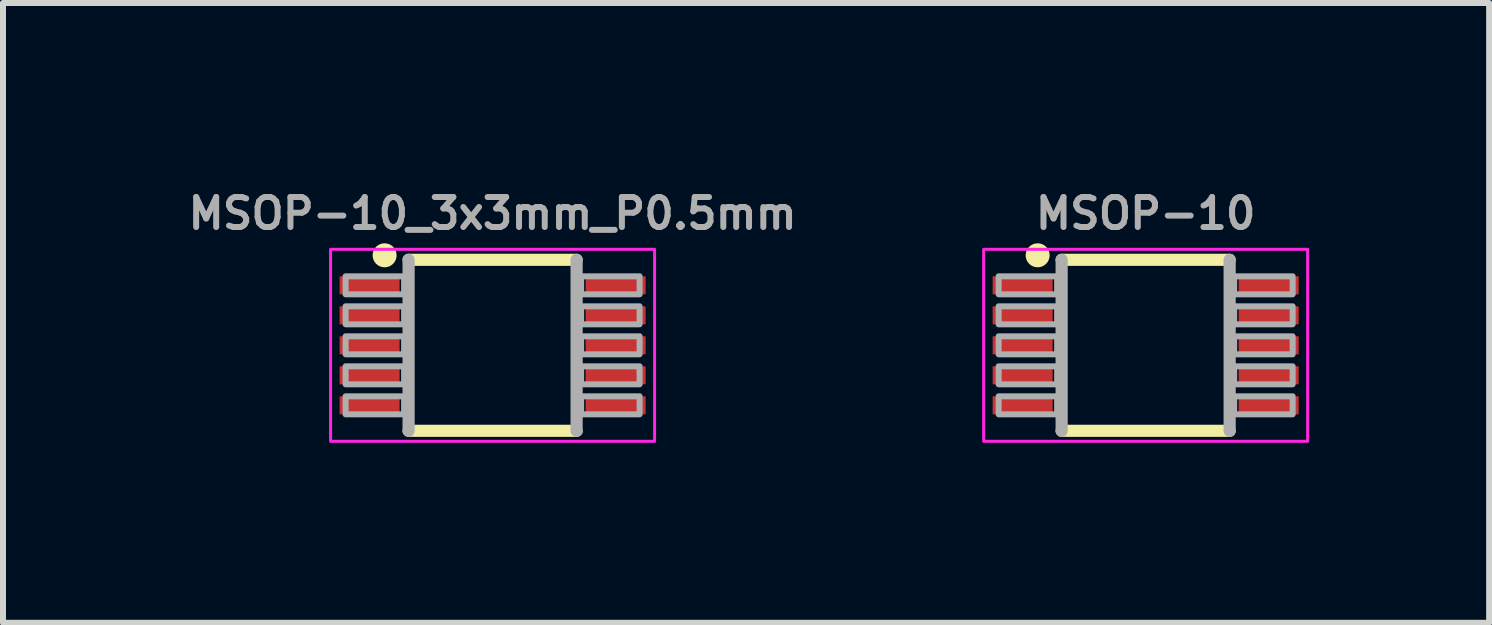
<source format=kicad_pcb>
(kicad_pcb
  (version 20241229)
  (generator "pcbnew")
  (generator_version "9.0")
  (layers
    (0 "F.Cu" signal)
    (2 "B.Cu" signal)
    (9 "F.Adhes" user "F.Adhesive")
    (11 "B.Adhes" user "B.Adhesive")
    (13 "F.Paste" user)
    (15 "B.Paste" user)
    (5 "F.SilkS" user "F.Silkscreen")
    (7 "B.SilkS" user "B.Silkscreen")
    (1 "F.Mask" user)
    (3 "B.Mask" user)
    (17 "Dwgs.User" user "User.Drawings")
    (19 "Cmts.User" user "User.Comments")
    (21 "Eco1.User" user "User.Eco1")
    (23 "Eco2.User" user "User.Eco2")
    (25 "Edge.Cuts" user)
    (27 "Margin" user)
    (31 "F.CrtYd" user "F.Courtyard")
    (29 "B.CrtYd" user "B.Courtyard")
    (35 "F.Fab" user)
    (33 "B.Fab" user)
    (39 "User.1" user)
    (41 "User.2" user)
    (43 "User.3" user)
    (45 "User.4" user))
  (footprint "MSOP-10"
    (layer "F.Cu")
    (at 16.044 2.705)
    (property "Reference" "MSOP-10" (at 0 -1.905 0) (layer "F.Fab") (effects (font (size 0.5 0.5) (thickness 0.1) (bold yes)) (justify bottom)))
    (fp_poly (pts (xy -2.6 -1.2) (xy -2.6 -0.8) (xy -1.5 -0.8) (xy -1.5 -1.2)) (stroke (width 0) (type default)) (fill yes) (layer "F.Mask"))
    (fp_poly (pts (xy -2.6 -0.7) (xy -2.6 -0.3) (xy -1.5 -0.3) (xy -1.5 -0.7)) (stroke (width 0) (type default)) (fill yes) (layer "F.Mask"))
    (fp_poly (pts (xy -2.6 -0.2) (xy -2.6 0.2) (xy -1.5 0.2) (xy -1.5 -0.2)) (stroke (width 0) (type default)) (fill yes) (layer "F.Mask"))
    (fp_poly (pts (xy -2.6 0.3) (xy -2.6 0.7) (xy -1.5 0.7) (xy -1.5 0.3)) (stroke (width 0) (type default)) (fill yes) (layer "F.Mask"))
    (fp_poly (pts (xy -2.6 0.8) (xy -2.6 1.2) (xy -1.5 1.2) (xy -1.5 0.8)) (stroke (width 0) (type default)) (fill yes) (layer "F.Mask"))
    (fp_poly (pts (xy 2.6 -0.8) (xy 2.6 -1.2) (xy 1.5 -1.2) (xy 1.5 -0.8)) (stroke (width 0) (type default)) (fill yes) (layer "F.Mask"))
    (fp_poly (pts (xy 2.6 -0.3) (xy 2.6 -0.7) (xy 1.5 -0.7) (xy 1.5 -0.3)) (stroke (width 0) (type default)) (fill yes) (layer "F.Mask"))
    (fp_poly (pts (xy 2.6 0.2) (xy 2.6 -0.2) (xy 1.5 -0.2) (xy 1.5 0.2)) (stroke (width 0) (type default)) (fill yes) (layer "F.Mask"))
    (fp_poly (pts (xy 2.6 0.7) (xy 2.6 0.3) (xy 1.5 0.3) (xy 1.5 0.7)) (stroke (width 0) (type default)) (fill yes) (layer "F.Mask"))
    (fp_poly (pts (xy 2.6 1.2) (xy 2.6 0.8) (xy 1.5 0.8) (xy 1.5 1.2)) (stroke (width 0) (type default)) (fill yes) (layer "F.Mask"))
    (fp_line (start -1.4 1.425) (end 1.4 1.425) (stroke (width 0.203) (type solid)) (layer "F.SilkS"))
    (fp_line (start 1.4 -1.425) (end -1.4 -1.425) (stroke (width 0.203) (type solid)) (layer "F.SilkS"))
    (fp_circle (center -1.8 -1.5) (end -1.8 -1.4) (stroke (width 0.2) (type solid)) (fill yes) (layer "F.SilkS"))
    (fp_poly (pts (xy -2.5 -1.125) (xy -2.5 -0.875) (xy -1.625 -0.875) (xy -1.625 -1.125)) (stroke (width 0) (type default)) (fill yes) (layer "F.Paste"))
    (fp_poly (pts (xy -2.5 -0.625) (xy -2.5 -0.375) (xy -1.625 -0.375) (xy -1.625 -0.625)) (stroke (width 0) (type default)) (fill yes) (layer "F.Paste"))
    (fp_poly (pts (xy -2.5 -0.125) (xy -2.5 0.125) (xy -1.625 0.125) (xy -1.625 -0.125)) (stroke (width 0) (type default)) (fill yes) (layer "F.Paste"))
    (fp_poly (pts (xy -2.5 0.375) (xy -2.5 0.625) (xy -1.625 0.625) (xy -1.625 0.375)) (stroke (width 0) (type default)) (fill yes) (layer "F.Paste"))
    (fp_poly (pts (xy -2.5 0.875) (xy -2.5 1.125) (xy -1.625 1.125) (xy -1.625 0.875)) (stroke (width 0) (type default)) (fill yes) (layer "F.Paste"))
    (fp_poly (pts (xy 2.5 -0.875) (xy 2.5 -1.125) (xy 1.625 -1.125) (xy 1.625 -0.875)) (stroke (width 0) (type default)) (fill yes) (layer "F.Paste"))
    (fp_poly (pts (xy 2.5 -0.375) (xy 2.5 -0.625) (xy 1.625 -0.625) (xy 1.625 -0.375)) (stroke (width 0) (type default)) (fill yes) (layer "F.Paste"))
    (fp_poly (pts (xy 2.5 0.125) (xy 2.5 -0.125) (xy 1.625 -0.125) (xy 1.625 0.125)) (stroke (width 0) (type default)) (fill yes) (layer "F.Paste"))
    (fp_poly (pts (xy 2.5 0.625) (xy 2.5 0.375) (xy 1.625 0.375) (xy 1.625 0.625)) (stroke (width 0) (type default)) (fill yes) (layer "F.Paste"))
    (fp_poly (pts (xy 2.5 1.125) (xy 2.5 0.875) (xy 1.625 0.875) (xy 1.625 1.125)) (stroke (width 0) (type default)) (fill yes) (layer "F.Paste"))
    (fp_rect (start -2.7 -1.6) (end 2.7 1.6) (stroke (width 0.05) (type default)) (fill no) (layer "F.CrtYd"))
    (fp_line (start -1.4 -1.425) (end -1.4 1.425) (stroke (width 0.203) (type solid)) (layer "F.Fab"))
    (fp_line (start 1.4 1.425) (end 1.4 -1.425) (stroke (width 0.203) (type solid)) (layer "F.Fab"))
    (fp_poly (pts (xy -2.45 -1.15) (xy -2.45 -0.85) (xy -1.475 -0.85) (xy -1.475 -1.15)) (stroke (width 0.1) (type default)) (fill no) (layer "F.Fab"))
    (fp_poly (pts (xy -2.45 -0.65) (xy -2.45 -0.35) (xy -1.475 -0.35) (xy -1.475 -0.65)) (stroke (width 0.1) (type default)) (fill no) (layer "F.Fab"))
    (fp_poly (pts (xy -2.45 -0.15) (xy -2.45 0.15) (xy -1.475 0.15) (xy -1.475 -0.15)) (stroke (width 0.1) (type default)) (fill no) (layer "F.Fab"))
    (fp_poly (pts (xy -2.45 0.35) (xy -2.45 0.65) (xy -1.475 0.65) (xy -1.475 0.35)) (stroke (width 0.1) (type default)) (fill no) (layer "F.Fab"))
    (fp_poly (pts (xy -2.45 0.85) (xy -2.45 1.15) (xy -1.475 1.15) (xy -1.475 0.85)) (stroke (width 0.1) (type default)) (fill no) (layer "F.Fab"))
    (fp_poly (pts (xy 2.45 -0.85) (xy 2.45 -1.15) (xy 1.475 -1.15) (xy 1.475 -0.85)) (stroke (width 0.1) (type default)) (fill no) (layer "F.Fab"))
    (fp_poly (pts (xy 2.45 -0.35) (xy 2.45 -0.65) (xy 1.475 -0.65) (xy 1.475 -0.35)) (stroke (width 0.1) (type default)) (fill no) (layer "F.Fab"))
    (fp_poly (pts (xy 2.45 0.15) (xy 2.45 -0.15) (xy 1.475 -0.15) (xy 1.475 0.15)) (stroke (width 0.1) (type default)) (fill no) (layer "F.Fab"))
    (fp_poly (pts (xy 2.45 0.65) (xy 2.45 0.35) (xy 1.475 0.35) (xy 1.475 0.65)) (stroke (width 0.1) (type default)) (fill no) (layer "F.Fab"))
    (fp_poly (pts (xy 2.45 1.15) (xy 2.45 0.85) (xy 1.475 0.85) (xy 1.475 1.15)) (stroke (width 0.1) (type default)) (fill no) (layer "F.Fab"))
    (pad "1" smd rect (at -2.05 -1 270) (size 0.3 1) (layers "F.Cu"))
    (pad "2" smd rect (at -2.05 -0.5 270) (size 0.3 1) (layers "F.Cu"))
    (pad "3" smd rect (at -2.05 0 270) (size 0.3 1) (layers "F.Cu"))
    (pad "4" smd rect (at -2.05 0.5 270) (size 0.3 1) (layers "F.Cu"))
    (pad "5" smd rect (at -2.05 1 270) (size 0.3 1) (layers "F.Cu"))
    (pad "6" smd rect (at 2.05 1 90) (size 0.3 1) (layers "F.Cu"))
    (pad "7" smd rect (at 2.05 0.5 90) (size 0.3 1) (layers "F.Cu"))
    (pad "8" smd rect (at 2.05 0 90) (size 0.3 1) (layers "F.Cu"))
    (pad "9" smd rect (at 2.05 -0.5 90) (size 0.3 1) (layers "F.Cu"))
    (pad "10" smd rect (at 2.05 -1 90) (size 0.3 1) (layers "F.Cu")))
  (footprint "MSOP-10_3x3mm_P0.5mm"
    (layer "F.Cu")
    (at 5.16 2.705)
    (property "Reference" "MSOP-10_3x3mm_P0.5mm" (at 0 -1.905 0) (layer "F.Fab") (effects (font (size 0.5 0.5) (thickness 0.1) (bold yes)) (justify bottom)))
    (attr smd)
    (fp_poly (pts (xy -2.6 -1.2) (xy -2.6 -0.8) (xy -1.5 -0.8) (xy -1.5 -1.2)) (stroke (width 0) (type default)) (fill yes) (layer "F.Mask"))
    (fp_poly (pts (xy -2.6 -0.7) (xy -2.6 -0.3) (xy -1.5 -0.3) (xy -1.5 -0.7)) (stroke (width 0) (type default)) (fill yes) (layer "F.Mask"))
    (fp_poly (pts (xy -2.6 -0.2) (xy -2.6 0.2) (xy -1.5 0.2) (xy -1.5 -0.2)) (stroke (width 0) (type default)) (fill yes) (layer "F.Mask"))
    (fp_poly (pts (xy -2.6 0.3) (xy -2.6 0.7) (xy -1.5 0.7) (xy -1.5 0.3)) (stroke (width 0) (type default)) (fill yes) (layer "F.Mask"))
    (fp_poly (pts (xy -2.6 0.8) (xy -2.6 1.2) (xy -1.5 1.2) (xy -1.5 0.8)) (stroke (width 0) (type default)) (fill yes) (layer "F.Mask"))
    (fp_poly (pts (xy 2.6 -0.8) (xy 2.6 -1.2) (xy 1.5 -1.2) (xy 1.5 -0.8)) (stroke (width 0) (type default)) (fill yes) (layer "F.Mask"))
    (fp_poly (pts (xy 2.6 -0.3) (xy 2.6 -0.7) (xy 1.5 -0.7) (xy 1.5 -0.3)) (stroke (width 0) (type default)) (fill yes) (layer "F.Mask"))
    (fp_poly (pts (xy 2.6 0.2) (xy 2.6 -0.2) (xy 1.5 -0.2) (xy 1.5 0.2)) (stroke (width 0) (type default)) (fill yes) (layer "F.Mask"))
    (fp_poly (pts (xy 2.6 0.7) (xy 2.6 0.3) (xy 1.5 0.3) (xy 1.5 0.7)) (stroke (width 0) (type default)) (fill yes) (layer "F.Mask"))
    (fp_poly (pts (xy 2.6 1.2) (xy 2.6 0.8) (xy 1.5 0.8) (xy 1.5 1.2)) (stroke (width 0) (type default)) (fill yes) (layer "F.Mask"))
    (fp_line (start -1.4 1.425) (end 1.4 1.425) (stroke (width 0.203) (type solid)) (layer "F.SilkS"))
    (fp_line (start 1.4 -1.425) (end -1.4 -1.425) (stroke (width 0.203) (type solid)) (layer "F.SilkS"))
    (fp_circle (center -1.8 -1.5) (end -1.8 -1.4) (stroke (width 0.2) (type solid)) (fill yes) (layer "F.SilkS"))
    (fp_poly (pts (xy -2.5 -1.125) (xy -2.5 -0.875) (xy -1.625 -0.875) (xy -1.625 -1.125)) (stroke (width 0) (type default)) (fill yes) (layer "F.Paste"))
    (fp_poly (pts (xy -2.5 -0.625) (xy -2.5 -0.375) (xy -1.625 -0.375) (xy -1.625 -0.625)) (stroke (width 0) (type default)) (fill yes) (layer "F.Paste"))
    (fp_poly (pts (xy -2.5 -0.125) (xy -2.5 0.125) (xy -1.625 0.125) (xy -1.625 -0.125)) (stroke (width 0) (type default)) (fill yes) (layer "F.Paste"))
    (fp_poly (pts (xy -2.5 0.375) (xy -2.5 0.625) (xy -1.625 0.625) (xy -1.625 0.375)) (stroke (width 0) (type default)) (fill yes) (layer "F.Paste"))
    (fp_poly (pts (xy -2.5 0.875) (xy -2.5 1.125) (xy -1.625 1.125) (xy -1.625 0.875)) (stroke (width 0) (type default)) (fill yes) (layer "F.Paste"))
    (fp_poly (pts (xy 2.5 -0.875) (xy 2.5 -1.125) (xy 1.625 -1.125) (xy 1.625 -0.875)) (stroke (width 0) (type default)) (fill yes) (layer "F.Paste"))
    (fp_poly (pts (xy 2.5 -0.375) (xy 2.5 -0.625) (xy 1.625 -0.625) (xy 1.625 -0.375)) (stroke (width 0) (type default)) (fill yes) (layer "F.Paste"))
    (fp_poly (pts (xy 2.5 0.125) (xy 2.5 -0.125) (xy 1.625 -0.125) (xy 1.625 0.125)) (stroke (width 0) (type default)) (fill yes) (layer "F.Paste"))
    (fp_poly (pts (xy 2.5 0.625) (xy 2.5 0.375) (xy 1.625 0.375) (xy 1.625 0.625)) (stroke (width 0) (type default)) (fill yes) (layer "F.Paste"))
    (fp_poly (pts (xy 2.5 1.125) (xy 2.5 0.875) (xy 1.625 0.875) (xy 1.625 1.125)) (stroke (width 0) (type default)) (fill yes) (layer "F.Paste"))
    (fp_rect (start -2.7 -1.6) (end 2.7 1.6) (stroke (width 0.05) (type default)) (fill no) (layer "F.CrtYd"))
    (fp_line (start -1.4 -1.425) (end -1.4 1.425) (stroke (width 0.203) (type solid)) (layer "F.Fab"))
    (fp_line (start 1.4 1.425) (end 1.4 -1.425) (stroke (width 0.203) (type solid)) (layer "F.Fab"))
    (fp_poly (pts (xy -2.45 -1.15) (xy -2.45 -0.85) (xy -1.475 -0.85) (xy -1.475 -1.15)) (stroke (width 0.1) (type default)) (fill no) (layer "F.Fab"))
    (fp_poly (pts (xy -2.45 -0.65) (xy -2.45 -0.35) (xy -1.475 -0.35) (xy -1.475 -0.65)) (stroke (width 0.1) (type default)) (fill no) (layer "F.Fab"))
    (fp_poly (pts (xy -2.45 -0.15) (xy -2.45 0.15) (xy -1.475 0.15) (xy -1.475 -0.15)) (stroke (width 0.1) (type default)) (fill no) (layer "F.Fab"))
    (fp_poly (pts (xy -2.45 0.35) (xy -2.45 0.65) (xy -1.475 0.65) (xy -1.475 0.35)) (stroke (width 0.1) (type default)) (fill no) (layer "F.Fab"))
    (fp_poly (pts (xy -2.45 0.85) (xy -2.45 1.15) (xy -1.475 1.15) (xy -1.475 0.85)) (stroke (width 0.1) (type default)) (fill no) (layer "F.Fab"))
    (fp_poly (pts (xy 2.45 -0.85) (xy 2.45 -1.15) (xy 1.475 -1.15) (xy 1.475 -0.85)) (stroke (width 0.1) (type default)) (fill no) (layer "F.Fab"))
    (fp_poly (pts (xy 2.45 -0.35) (xy 2.45 -0.65) (xy 1.475 -0.65) (xy 1.475 -0.35)) (stroke (width 0.1) (type default)) (fill no) (layer "F.Fab"))
    (fp_poly (pts (xy 2.45 0.15) (xy 2.45 -0.15) (xy 1.475 -0.15) (xy 1.475 0.15)) (stroke (width 0.1) (type default)) (fill no) (layer "F.Fab"))
    (fp_poly (pts (xy 2.45 0.65) (xy 2.45 0.35) (xy 1.475 0.35) (xy 1.475 0.65)) (stroke (width 0.1) (type default)) (fill no) (layer "F.Fab"))
    (fp_poly (pts (xy 2.45 1.15) (xy 2.45 0.85) (xy 1.475 0.85) (xy 1.475 1.15)) (stroke (width 0.1) (type default)) (fill no) (layer "F.Fab"))
    (pad "1" smd rect (at -2.05 -1 270) (size 0.3 1) (layers "F.Cu"))
    (pad "2" smd rect (at -2.05 -0.5 270) (size 0.3 1) (layers "F.Cu"))
    (pad "3" smd rect (at -2.05 0 270) (size 0.3 1) (layers "F.Cu"))
    (pad "4" smd rect (at -2.05 0.5 270) (size 0.3 1) (layers "F.Cu"))
    (pad "5" smd rect (at -2.05 1 270) (size 0.3 1) (layers "F.Cu"))
    (pad "6" smd rect (at 2.05 1 90) (size 0.3 1) (layers "F.Cu"))
    (pad "7" smd rect (at 2.05 0.5 90) (size 0.3 1) (layers "F.Cu"))
    (pad "8" smd rect (at 2.05 0 90) (size 0.3 1) (layers "F.Cu"))
    (pad "9" smd rect (at 2.05 -0.5 90) (size 0.3 1) (layers "F.Cu"))
    (pad "10" smd rect (at 2.05 -1 90) (size 0.3 1) (layers "F.Cu")))
  (gr_rect
    (start -3 -3)
    (end 21.769 7.33)
    (stroke (width 0.1) (type default))
    (fill no)
    (layer "Edge.Cuts")))
</source>
